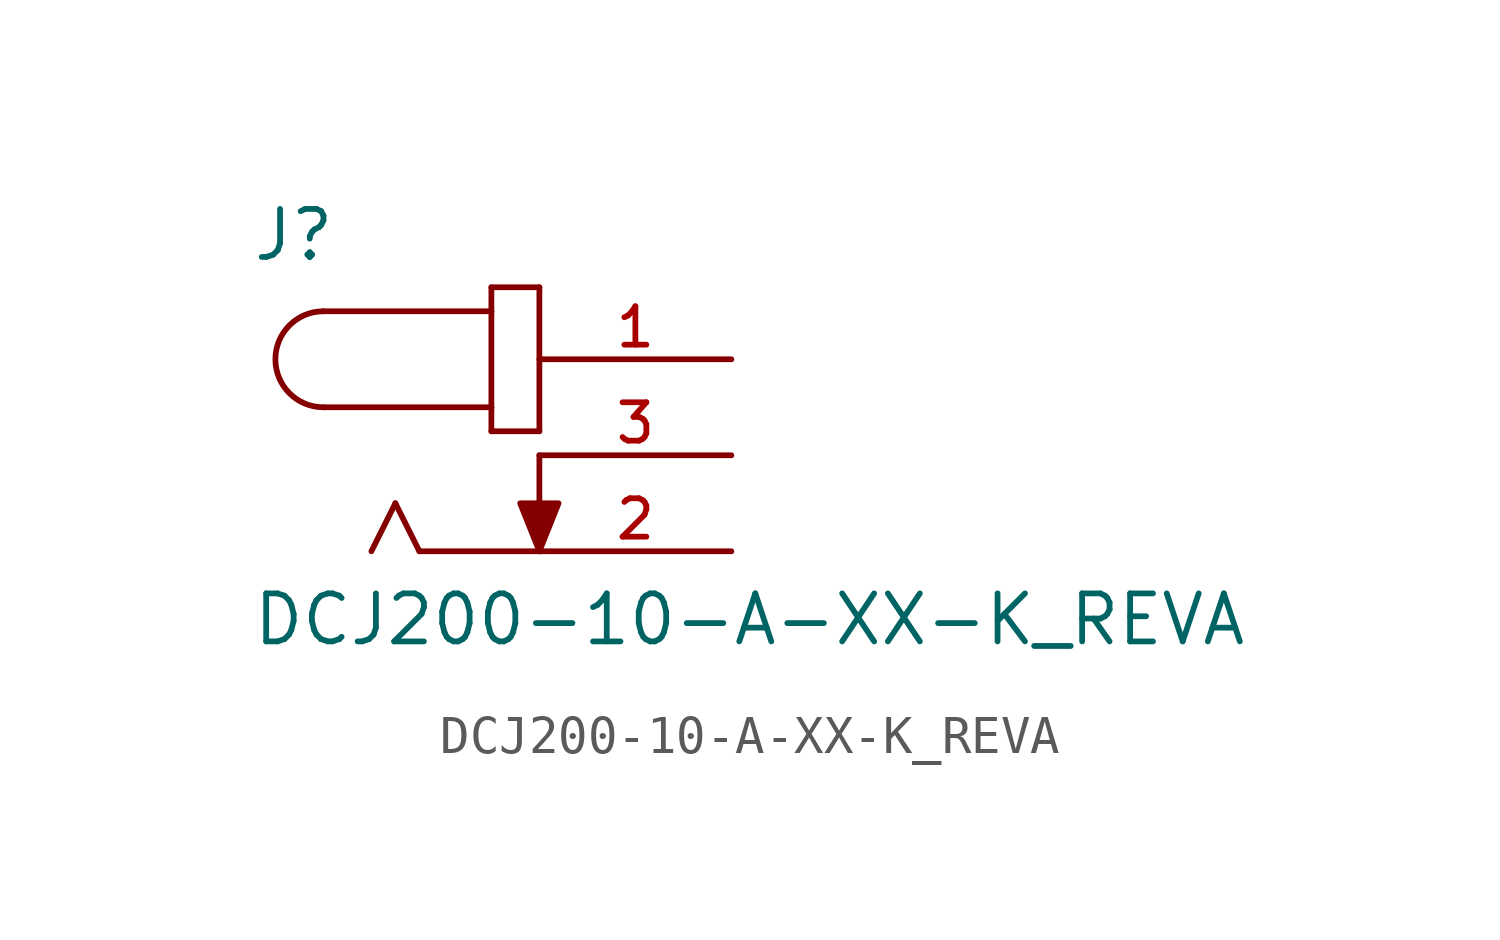
<source format=kicad_sym>
(kicad_symbol_lib
  (version 20211014)
  (generator kicad_symbol_editor)
  (symbol "DCJ200-10-A-XX-K_REVA"
    (pin_names
      (offset 1.016))
    (property "Reference" "J"
      (at -7.627 5.085 0)
      (effects (font (size 1.27 1.27)) (justify bottom left)))
    (property "Value" "DCJ200-10-A-XX-K_REVA"
      (at -7.631 -5.088 0)
      (effects (font (size 1.27 1.27)) (justify bottom left)))
    (symbol "DCJ200-10-A-XX-K_REVA_0_0"
      (arc (start -5.715 3.81) (mid -6.985 2.54) (end -5.715 1.27) (stroke (width 0.1524) (type default) (color 0 0 0 0)) (fill (type none)))
      (polyline (pts (xy -5.715 3.81) (xy -1.27 3.81)) (stroke (width 0.152)))
      (polyline (pts (xy -1.27 3.81) (xy -1.27 1.27)) (stroke (width 0.152)))
      (polyline (pts (xy -1.27 1.27) (xy -5.715 1.27)) (stroke (width 0.152)))
      (polyline (pts (xy -1.27 1.27) (xy -1.27 0.635)) (stroke (width 0.152)))
      (polyline (pts (xy -1.27 0.635) (xy 0.0 0.635)) (stroke (width 0.152)))
      (polyline (pts (xy 0.0 0.635) (xy 0.0 4.445)) (stroke (width 0.152)))
      (polyline (pts (xy 0.0 4.445) (xy -1.27 4.445)) (stroke (width 0.152)))
      (polyline (pts (xy -1.27 4.445) (xy -1.27 3.81)) (stroke (width 0.152)))
      (polyline (pts (xy 0.0 -2.54) (xy -3.175 -2.54)) (stroke (width 0.152)))
      (polyline (pts (xy -3.175 -2.54) (xy -3.81 -1.27)) (stroke (width 0.152)))
      (polyline (pts (xy -3.81 -1.27) (xy -4.445 -2.54)) (stroke (width 0.152)))
      (polyline (pts (xy 0.0 0.0) (xy 0.0 -2.54)) (stroke (width 0.152)))
      (polyline (pts (xy 0.0 -2.54) (xy -0.508 -1.27) (xy 0.508 -1.27) (xy 0.0 -2.54)) (stroke (width 0.152)) (fill (type outline)))
      (pin passive line (at 5.08 2.54 180.0) (length 5.08) (name "~" (effects (font (size 1.016 1.016)))) (number "1" (effects (font (size 1.016 1.016)))))
      (pin passive line (at 5.08 0.0 180.0) (length 5.08) (name "~" (effects (font (size 1.016 1.016)))) (number "3" (effects (font (size 1.016 1.016)))))
      (pin passive line (at 5.08 -2.54 180.0) (length 5.08) (name "~" (effects (font (size 1.016 1.016)))) (number "2" (effects (font (size 1.016 1.016))))))))
</source>
